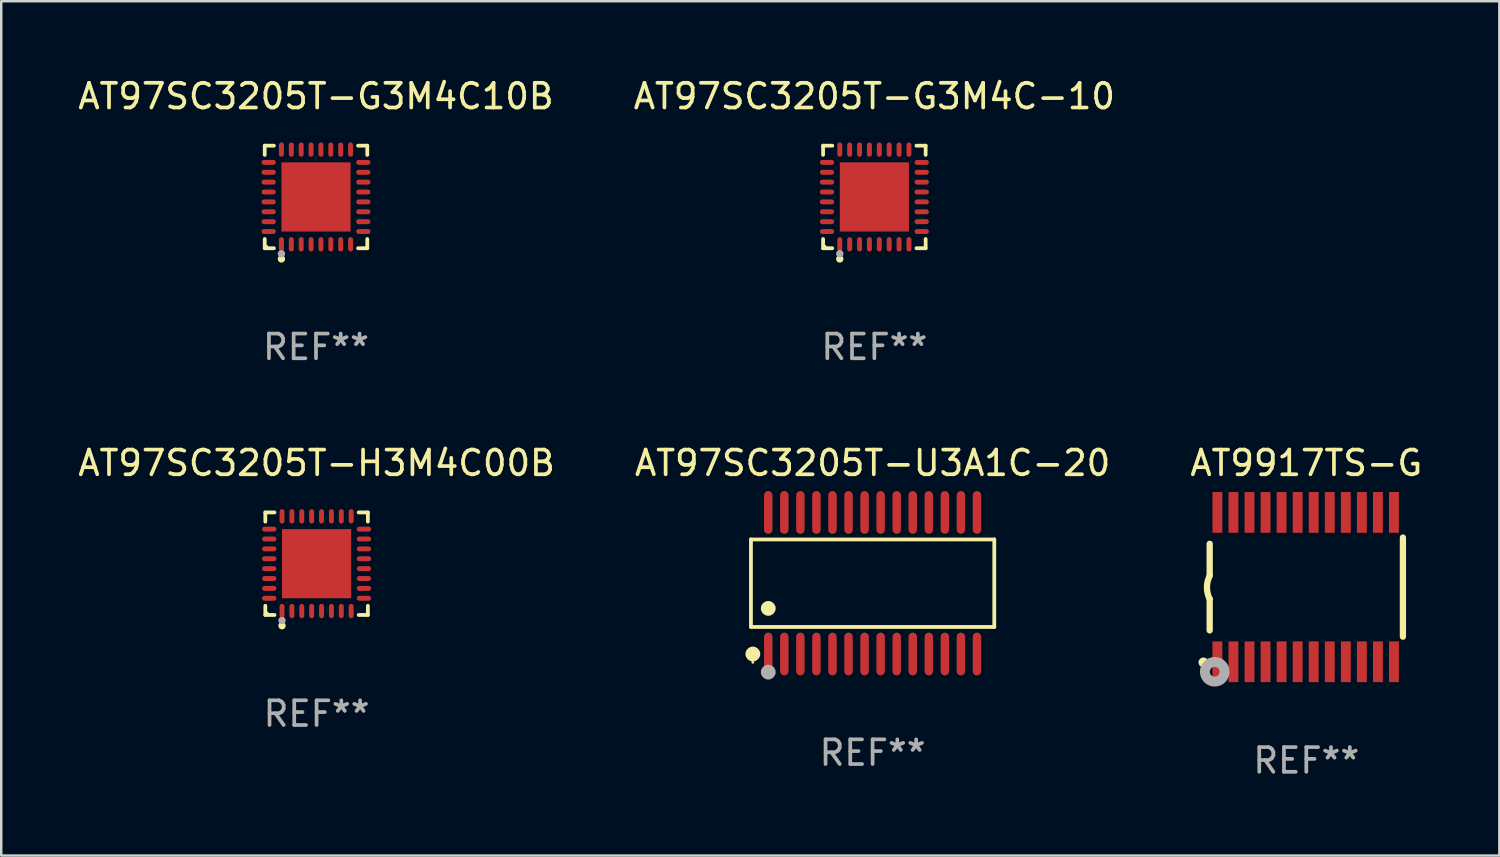
<source format=kicad_pcb>
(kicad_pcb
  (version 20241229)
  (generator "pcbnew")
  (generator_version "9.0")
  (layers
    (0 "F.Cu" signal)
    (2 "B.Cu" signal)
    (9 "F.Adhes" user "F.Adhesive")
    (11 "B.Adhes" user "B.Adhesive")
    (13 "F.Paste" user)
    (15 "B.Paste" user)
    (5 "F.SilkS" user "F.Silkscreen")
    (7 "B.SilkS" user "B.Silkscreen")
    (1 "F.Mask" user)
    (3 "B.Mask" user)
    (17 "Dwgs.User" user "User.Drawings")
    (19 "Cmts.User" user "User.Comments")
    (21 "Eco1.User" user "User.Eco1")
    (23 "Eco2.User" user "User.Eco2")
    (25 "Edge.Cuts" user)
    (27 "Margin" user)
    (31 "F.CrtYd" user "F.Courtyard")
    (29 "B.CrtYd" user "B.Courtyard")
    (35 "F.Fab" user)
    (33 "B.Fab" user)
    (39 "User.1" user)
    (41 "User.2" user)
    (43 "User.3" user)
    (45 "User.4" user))
  (footprint "AT97SC3205T-U3A1C-20"
    (layer "F.Cu")
    (at 32.28 20.563)
    (property "Reference" "AT97SC3205T-U3A1C-20" (at 0 -4.866 0) (layer "F.SilkS") (effects (font (size 1 1) (thickness 0.15))))
    (attr through_hole)
    (fp_line (start -4.926 -1.772) (end 4.926 -1.772) (stroke (width 0.152) (type solid)) (layer "F.SilkS"))
    (fp_line (start -4.926 1.771) (end -4.926 -1.772) (stroke (width 0.152) (type solid)) (layer "F.SilkS"))
    (fp_line (start 4.926 -1.772) (end 4.926 1.771) (stroke (width 0.152) (type solid)) (layer "F.SilkS"))
    (fp_line (start 4.926 1.771) (end -4.926 1.771) (stroke (width 0.152) (type solid)) (layer "F.SilkS"))
    (fp_circle (center -4.85 3.2) (end -4.82 3.2) (stroke (width 0.06) (type solid)) (fill no) (layer "F.SilkS"))
    (fp_circle (center -4.849 2.866) (end -4.699 2.866) (stroke (width 0.3) (type solid)) (fill no) (layer "F.SilkS"))
    (fp_circle (center -4.225 1.019) (end -4.075 1.019) (stroke (width 0.3) (type solid)) (fill no) (layer "F.SilkS"))
    (fp_circle (center -4.225 3.6) (end -4.075 3.6) (stroke (width 0.3) (type solid)) (fill no) (layer "F.Fab"))
    (fp_text user "REF**" (at 0 6.866 0) (layer "F.Fab") (effects (font (size 1 1) (thickness 0.15))))
    (pad "1" smd oval (at -4.225 2.866) (size 0.343 1.731) (layers "F.Cu" "F.Mask" "F.Paste"))
    (pad "2" smd oval (at -3.575 2.866) (size 0.343 1.731) (layers "F.Cu" "F.Mask" "F.Paste"))
    (pad "3" smd oval (at -2.925 2.866) (size 0.343 1.731) (layers "F.Cu" "F.Mask" "F.Paste"))
    (pad "4" smd oval (at -2.275 2.866) (size 0.343 1.731) (layers "F.Cu" "F.Mask" "F.Paste"))
    (pad "5" smd oval (at -1.625 2.866) (size 0.343 1.731) (layers "F.Cu" "F.Mask" "F.Paste"))
    (pad "6" smd oval (at -0.975 2.866) (size 0.343 1.731) (layers "F.Cu" "F.Mask" "F.Paste"))
    (pad "7" smd oval (at -0.325 2.866) (size 0.343 1.731) (layers "F.Cu" "F.Mask" "F.Paste"))
    (pad "8" smd oval (at 0.325 2.866) (size 0.343 1.731) (layers "F.Cu" "F.Mask" "F.Paste"))
    (pad "9" smd oval (at 0.975 2.866) (size 0.343 1.731) (layers "F.Cu" "F.Mask" "F.Paste"))
    (pad "10" smd oval (at 1.625 2.866) (size 0.343 1.731) (layers "F.Cu" "F.Mask" "F.Paste"))
    (pad "11" smd oval (at 2.275 2.866) (size 0.343 1.731) (layers "F.Cu" "F.Mask" "F.Paste"))
    (pad "12" smd oval (at 2.925 2.866) (size 0.343 1.731) (layers "F.Cu" "F.Mask" "F.Paste"))
    (pad "13" smd oval (at 3.575 2.866) (size 0.343 1.731) (layers "F.Cu" "F.Mask" "F.Paste"))
    (pad "14" smd oval (at 4.225 2.866) (size 0.343 1.731) (layers "F.Cu" "F.Mask" "F.Paste"))
    (pad "15" smd oval (at 4.225 -2.866) (size 0.343 1.731) (layers "F.Cu" "F.Mask" "F.Paste"))
    (pad "16" smd oval (at 3.575 -2.866) (size 0.343 1.731) (layers "F.Cu" "F.Mask" "F.Paste"))
    (pad "17" smd oval (at 2.925 -2.866) (size 0.343 1.731) (layers "F.Cu" "F.Mask" "F.Paste"))
    (pad "18" smd oval (at 2.275 -2.866) (size 0.343 1.731) (layers "F.Cu" "F.Mask" "F.Paste"))
    (pad "19" smd oval (at 1.625 -2.866) (size 0.343 1.731) (layers "F.Cu" "F.Mask" "F.Paste"))
    (pad "20" smd oval (at 0.975 -2.866) (size 0.343 1.731) (layers "F.Cu" "F.Mask" "F.Paste"))
    (pad "21" smd oval (at 0.325 -2.866) (size 0.343 1.731) (layers "F.Cu" "F.Mask" "F.Paste"))
    (pad "22" smd oval (at -0.325 -2.866) (size 0.343 1.731) (layers "F.Cu" "F.Mask" "F.Paste"))
    (pad "23" smd oval (at -0.975 -2.866) (size 0.343 1.731) (layers "F.Cu" "F.Mask" "F.Paste"))
    (pad "24" smd oval (at -1.625 -2.866) (size 0.343 1.731) (layers "F.Cu" "F.Mask" "F.Paste"))
    (pad "25" smd oval (at -2.275 -2.866) (size 0.343 1.731) (layers "F.Cu" "F.Mask" "F.Paste"))
    (pad "26" smd oval (at -2.925 -2.866) (size 0.343 1.731) (layers "F.Cu" "F.Mask" "F.Paste"))
    (pad "27" smd oval (at -3.575 -2.866) (size 0.343 1.731) (layers "F.Cu" "F.Mask" "F.Paste"))
    (pad "28" smd oval (at -4.225 -2.866) (size 0.343 1.731) (layers "F.Cu" "F.Mask" "F.Paste")))
  (footprint "AT97SC3205T-H3M4C00B"
    (layer "F.Cu")
    (at 9.768 19.773)
    (property "Reference" "AT97SC3205T-H3M4C00B" (at 0 -4.076 0) (layer "F.SilkS") (effects (font (size 1 1) (thickness 0.15))))
    (attr through_hole)
    (fp_line (start -2.076 -2.076) (end -1.703 -2.076) (stroke (width 0.152) (type solid)) (layer "F.SilkS"))
    (fp_line (start -2.076 -1.703) (end -2.076 -2.076) (stroke (width 0.152) (type solid)) (layer "F.SilkS"))
    (fp_line (start -2.076 1.703) (end -2.076 2.076) (stroke (width 0.152) (type solid)) (layer "F.SilkS"))
    (fp_line (start -2.076 2.076) (end -1.703 2.076) (stroke (width 0.152) (type solid)) (layer "F.SilkS"))
    (fp_line (start 2.076 -2.076) (end 1.703 -2.076) (stroke (width 0.152) (type solid)) (layer "F.SilkS"))
    (fp_line (start 2.076 -1.703) (end 2.076 -2.076) (stroke (width 0.152) (type solid)) (layer "F.SilkS"))
    (fp_line (start 2.076 1.703) (end 2.076 2.076) (stroke (width 0.152) (type solid)) (layer "F.SilkS"))
    (fp_line (start 2.076 2.076) (end 1.703 2.076) (stroke (width 0.152) (type solid)) (layer "F.SilkS"))
    (fp_circle (center -2 2) (end -1.97 2) (stroke (width 0.06) (type solid)) (fill no) (layer "F.SilkS"))
    (fp_circle (center -1.4 2.51) (end -1.325 2.51) (stroke (width 0.15) (type solid)) (fill no) (layer "F.SilkS"))
    (fp_circle (center -1.4 2.3) (end -1.325 2.3) (stroke (width 0.15) (type solid)) (fill no) (layer "F.Fab"))
    (fp_text user "REF**" (at 0 6.076 0) (layer "F.Fab") (effects (font (size 1 1) (thickness 0.15))))
    (pad "1" smd oval (at -1.4 1.917) (size 0.2 0.58) (layers "F.Cu" "F.Mask" "F.Paste"))
    (pad "2" smd oval (at -1 1.917) (size 0.2 0.58) (layers "F.Cu" "F.Mask" "F.Paste"))
    (pad "3" smd oval (at -0.6 1.917) (size 0.2 0.58) (layers "F.Cu" "F.Mask" "F.Paste"))
    (pad "4" smd oval (at -0.2 1.917) (size 0.2 0.58) (layers "F.Cu" "F.Mask" "F.Paste"))
    (pad "5" smd oval (at 0.2 1.917) (size 0.2 0.58) (layers "F.Cu" "F.Mask" "F.Paste"))
    (pad "6" smd oval (at 0.6 1.917) (size 0.2 0.58) (layers "F.Cu" "F.Mask" "F.Paste"))
    (pad "7" smd oval (at 1 1.917) (size 0.2 0.58) (layers "F.Cu" "F.Mask" "F.Paste"))
    (pad "8" smd oval (at 1.4 1.917) (size 0.2 0.58) (layers "F.Cu" "F.Mask" "F.Paste"))
    (pad "9" smd oval (at 1.917 1.4) (size 0.58 0.2) (layers "F.Cu" "F.Mask" "F.Paste"))
    (pad "10" smd oval (at 1.917 1) (size 0.58 0.2) (layers "F.Cu" "F.Mask" "F.Paste"))
    (pad "11" smd oval (at 1.917 0.6) (size 0.58 0.2) (layers "F.Cu" "F.Mask" "F.Paste"))
    (pad "12" smd oval (at 1.917 0.2) (size 0.58 0.2) (layers "F.Cu" "F.Mask" "F.Paste"))
    (pad "13" smd oval (at 1.917 -0.2) (size 0.58 0.2) (layers "F.Cu" "F.Mask" "F.Paste"))
    (pad "14" smd oval (at 1.917 -0.6) (size 0.58 0.2) (layers "F.Cu" "F.Mask" "F.Paste"))
    (pad "15" smd oval (at 1.917 -1) (size 0.58 0.2) (layers "F.Cu" "F.Mask" "F.Paste"))
    (pad "16" smd oval (at 1.917 -1.4) (size 0.58 0.2) (layers "F.Cu" "F.Mask" "F.Paste"))
    (pad "17" smd oval (at 1.4 -1.917) (size 0.2 0.58) (layers "F.Cu" "F.Mask" "F.Paste"))
    (pad "18" smd oval (at 1 -1.917) (size 0.2 0.58) (layers "F.Cu" "F.Mask" "F.Paste"))
    (pad "19" smd oval (at 0.6 -1.917) (size 0.2 0.58) (layers "F.Cu" "F.Mask" "F.Paste"))
    (pad "20" smd oval (at 0.2 -1.917) (size 0.2 0.58) (layers "F.Cu" "F.Mask" "F.Paste"))
    (pad "21" smd oval (at -0.2 -1.917) (size 0.2 0.58) (layers "F.Cu" "F.Mask" "F.Paste"))
    (pad "22" smd oval (at -0.6 -1.917) (size 0.2 0.58) (layers "F.Cu" "F.Mask" "F.Paste"))
    (pad "23" smd oval (at -1 -1.917) (size 0.2 0.58) (layers "F.Cu" "F.Mask" "F.Paste"))
    (pad "24" smd oval (at -1.4 -1.917) (size 0.2 0.58) (layers "F.Cu" "F.Mask" "F.Paste"))
    (pad "25" smd oval (at -1.917 -1.4) (size 0.58 0.2) (layers "F.Cu" "F.Mask" "F.Paste"))
    (pad "26" smd oval (at -1.917 -1) (size 0.58 0.2) (layers "F.Cu" "F.Mask" "F.Paste"))
    (pad "27" smd oval (at -1.917 -0.6) (size 0.58 0.2) (layers "F.Cu" "F.Mask" "F.Paste"))
    (pad "28" smd oval (at -1.917 -0.2) (size 0.58 0.2) (layers "F.Cu" "F.Mask" "F.Paste"))
    (pad "29" smd oval (at -1.917 0.2) (size 0.58 0.2) (layers "F.Cu" "F.Mask" "F.Paste"))
    (pad "30" smd oval (at -1.917 0.6) (size 0.58 0.2) (layers "F.Cu" "F.Mask" "F.Paste"))
    (pad "31" smd oval (at -1.917 1) (size 0.58 0.2) (layers "F.Cu" "F.Mask" "F.Paste"))
    (pad "32" smd oval (at -1.917 1.4) (size 0.58 0.2) (layers "F.Cu" "F.Mask" "F.Paste"))
    (pad "33" smd rect (at 0 0) (size 2.8 2.8) (layers "F.Cu" "F.Mask" "F.Paste")))
  (footprint "AT97SC3205T-G3M4C-10"
    (layer "F.Cu")
    (at 32.351 4.924)
    (property "Reference" "AT97SC3205T-G3M4C-10" (at 0 -4.076 0) (layer "F.SilkS") (effects (font (size 1 1) (thickness 0.15))))
    (attr through_hole)
    (fp_line (start -2.076 -2.076) (end -1.703 -2.076) (stroke (width 0.152) (type solid)) (layer "F.SilkS"))
    (fp_line (start -2.076 -1.703) (end -2.076 -2.076) (stroke (width 0.152) (type solid)) (layer "F.SilkS"))
    (fp_line (start -2.076 1.703) (end -2.076 2.076) (stroke (width 0.152) (type solid)) (layer "F.SilkS"))
    (fp_line (start -2.076 2.076) (end -1.703 2.076) (stroke (width 0.152) (type solid)) (layer "F.SilkS"))
    (fp_line (start 2.076 -2.076) (end 1.703 -2.076) (stroke (width 0.152) (type solid)) (layer "F.SilkS"))
    (fp_line (start 2.076 -1.703) (end 2.076 -2.076) (stroke (width 0.152) (type solid)) (layer "F.SilkS"))
    (fp_line (start 2.076 1.703) (end 2.076 2.076) (stroke (width 0.152) (type solid)) (layer "F.SilkS"))
    (fp_line (start 2.076 2.076) (end 1.703 2.076) (stroke (width 0.152) (type solid)) (layer "F.SilkS"))
    (fp_circle (center -2 2) (end -1.97 2) (stroke (width 0.06) (type solid)) (fill no) (layer "F.SilkS"))
    (fp_circle (center -1.4 2.51) (end -1.325 2.51) (stroke (width 0.15) (type solid)) (fill no) (layer "F.SilkS"))
    (fp_circle (center -1.4 2.3) (end -1.325 2.3) (stroke (width 0.15) (type solid)) (fill no) (layer "F.Fab"))
    (fp_text user "REF**" (at 0 6.076 0) (layer "F.Fab") (effects (font (size 1 1) (thickness 0.15))))
    (pad "1" smd oval (at -1.4 1.917) (size 0.2 0.58) (layers "F.Cu" "F.Mask" "F.Paste"))
    (pad "2" smd oval (at -1 1.917) (size 0.2 0.58) (layers "F.Cu" "F.Mask" "F.Paste"))
    (pad "3" smd oval (at -0.6 1.917) (size 0.2 0.58) (layers "F.Cu" "F.Mask" "F.Paste"))
    (pad "4" smd oval (at -0.2 1.917) (size 0.2 0.58) (layers "F.Cu" "F.Mask" "F.Paste"))
    (pad "5" smd oval (at 0.2 1.917) (size 0.2 0.58) (layers "F.Cu" "F.Mask" "F.Paste"))
    (pad "6" smd oval (at 0.6 1.917) (size 0.2 0.58) (layers "F.Cu" "F.Mask" "F.Paste"))
    (pad "7" smd oval (at 1 1.917) (size 0.2 0.58) (layers "F.Cu" "F.Mask" "F.Paste"))
    (pad "8" smd oval (at 1.4 1.917) (size 0.2 0.58) (layers "F.Cu" "F.Mask" "F.Paste"))
    (pad "9" smd oval (at 1.917 1.4) (size 0.58 0.2) (layers "F.Cu" "F.Mask" "F.Paste"))
    (pad "10" smd oval (at 1.917 1) (size 0.58 0.2) (layers "F.Cu" "F.Mask" "F.Paste"))
    (pad "11" smd oval (at 1.917 0.6) (size 0.58 0.2) (layers "F.Cu" "F.Mask" "F.Paste"))
    (pad "12" smd oval (at 1.917 0.2) (size 0.58 0.2) (layers "F.Cu" "F.Mask" "F.Paste"))
    (pad "13" smd oval (at 1.917 -0.2) (size 0.58 0.2) (layers "F.Cu" "F.Mask" "F.Paste"))
    (pad "14" smd oval (at 1.917 -0.6) (size 0.58 0.2) (layers "F.Cu" "F.Mask" "F.Paste"))
    (pad "15" smd oval (at 1.917 -1) (size 0.58 0.2) (layers "F.Cu" "F.Mask" "F.Paste"))
    (pad "16" smd oval (at 1.917 -1.4) (size 0.58 0.2) (layers "F.Cu" "F.Mask" "F.Paste"))
    (pad "17" smd oval (at 1.4 -1.917) (size 0.2 0.58) (layers "F.Cu" "F.Mask" "F.Paste"))
    (pad "18" smd oval (at 1 -1.917) (size 0.2 0.58) (layers "F.Cu" "F.Mask" "F.Paste"))
    (pad "19" smd oval (at 0.6 -1.917) (size 0.2 0.58) (layers "F.Cu" "F.Mask" "F.Paste"))
    (pad "20" smd oval (at 0.2 -1.917) (size 0.2 0.58) (layers "F.Cu" "F.Mask" "F.Paste"))
    (pad "21" smd oval (at -0.2 -1.917) (size 0.2 0.58) (layers "F.Cu" "F.Mask" "F.Paste"))
    (pad "22" smd oval (at -0.6 -1.917) (size 0.2 0.58) (layers "F.Cu" "F.Mask" "F.Paste"))
    (pad "23" smd oval (at -1 -1.917) (size 0.2 0.58) (layers "F.Cu" "F.Mask" "F.Paste"))
    (pad "24" smd oval (at -1.4 -1.917) (size 0.2 0.58) (layers "F.Cu" "F.Mask" "F.Paste"))
    (pad "25" smd oval (at -1.917 -1.4) (size 0.58 0.2) (layers "F.Cu" "F.Mask" "F.Paste"))
    (pad "26" smd oval (at -1.917 -1) (size 0.58 0.2) (layers "F.Cu" "F.Mask" "F.Paste"))
    (pad "27" smd oval (at -1.917 -0.6) (size 0.58 0.2) (layers "F.Cu" "F.Mask" "F.Paste"))
    (pad "28" smd oval (at -1.917 -0.2) (size 0.58 0.2) (layers "F.Cu" "F.Mask" "F.Paste"))
    (pad "29" smd oval (at -1.917 0.2) (size 0.58 0.2) (layers "F.Cu" "F.Mask" "F.Paste"))
    (pad "30" smd oval (at -1.917 0.6) (size 0.58 0.2) (layers "F.Cu" "F.Mask" "F.Paste"))
    (pad "31" smd oval (at -1.917 1) (size 0.58 0.2) (layers "F.Cu" "F.Mask" "F.Paste"))
    (pad "32" smd oval (at -1.917 1.4) (size 0.58 0.2) (layers "F.Cu" "F.Mask" "F.Paste"))
    (pad "33" smd rect (at 0 0) (size 2.8 2.8) (layers "F.Cu" "F.Mask" "F.Paste")))
  (footprint "AT97SC3205T-G3M4C10B"
    (layer "F.Cu")
    (at 9.744 4.924)
    (property "Reference" "AT97SC3205T-G3M4C10B" (at 0 -4.076 0) (layer "F.SilkS") (effects (font (size 1 1) (thickness 0.15))))
    (attr through_hole)
    (fp_line (start -2.076 -2.076) (end -1.703 -2.076) (stroke (width 0.152) (type solid)) (layer "F.SilkS"))
    (fp_line (start -2.076 -1.703) (end -2.076 -2.076) (stroke (width 0.152) (type solid)) (layer "F.SilkS"))
    (fp_line (start -2.076 1.703) (end -2.076 2.076) (stroke (width 0.152) (type solid)) (layer "F.SilkS"))
    (fp_line (start -2.076 2.076) (end -1.703 2.076) (stroke (width 0.152) (type solid)) (layer "F.SilkS"))
    (fp_line (start 2.076 -2.076) (end 1.703 -2.076) (stroke (width 0.152) (type solid)) (layer "F.SilkS"))
    (fp_line (start 2.076 -1.703) (end 2.076 -2.076) (stroke (width 0.152) (type solid)) (layer "F.SilkS"))
    (fp_line (start 2.076 1.703) (end 2.076 2.076) (stroke (width 0.152) (type solid)) (layer "F.SilkS"))
    (fp_line (start 2.076 2.076) (end 1.703 2.076) (stroke (width 0.152) (type solid)) (layer "F.SilkS"))
    (fp_circle (center -2 2) (end -1.97 2) (stroke (width 0.06) (type solid)) (fill no) (layer "F.SilkS"))
    (fp_circle (center -1.4 2.51) (end -1.325 2.51) (stroke (width 0.15) (type solid)) (fill no) (layer "F.SilkS"))
    (fp_circle (center -1.4 2.3) (end -1.325 2.3) (stroke (width 0.15) (type solid)) (fill no) (layer "F.Fab"))
    (fp_text user "REF**" (at 0 6.076 0) (layer "F.Fab") (effects (font (size 1 1) (thickness 0.15))))
    (pad "1" smd oval (at -1.4 1.917) (size 0.2 0.58) (layers "F.Cu" "F.Mask" "F.Paste"))
    (pad "2" smd oval (at -1 1.917) (size 0.2 0.58) (layers "F.Cu" "F.Mask" "F.Paste"))
    (pad "3" smd oval (at -0.6 1.917) (size 0.2 0.58) (layers "F.Cu" "F.Mask" "F.Paste"))
    (pad "4" smd oval (at -0.2 1.917) (size 0.2 0.58) (layers "F.Cu" "F.Mask" "F.Paste"))
    (pad "5" smd oval (at 0.2 1.917) (size 0.2 0.58) (layers "F.Cu" "F.Mask" "F.Paste"))
    (pad "6" smd oval (at 0.6 1.917) (size 0.2 0.58) (layers "F.Cu" "F.Mask" "F.Paste"))
    (pad "7" smd oval (at 1 1.917) (size 0.2 0.58) (layers "F.Cu" "F.Mask" "F.Paste"))
    (pad "8" smd oval (at 1.4 1.917) (size 0.2 0.58) (layers "F.Cu" "F.Mask" "F.Paste"))
    (pad "9" smd oval (at 1.917 1.4) (size 0.58 0.2) (layers "F.Cu" "F.Mask" "F.Paste"))
    (pad "10" smd oval (at 1.917 1) (size 0.58 0.2) (layers "F.Cu" "F.Mask" "F.Paste"))
    (pad "11" smd oval (at 1.917 0.6) (size 0.58 0.2) (layers "F.Cu" "F.Mask" "F.Paste"))
    (pad "12" smd oval (at 1.917 0.2) (size 0.58 0.2) (layers "F.Cu" "F.Mask" "F.Paste"))
    (pad "13" smd oval (at 1.917 -0.2) (size 0.58 0.2) (layers "F.Cu" "F.Mask" "F.Paste"))
    (pad "14" smd oval (at 1.917 -0.6) (size 0.58 0.2) (layers "F.Cu" "F.Mask" "F.Paste"))
    (pad "15" smd oval (at 1.917 -1) (size 0.58 0.2) (layers "F.Cu" "F.Mask" "F.Paste"))
    (pad "16" smd oval (at 1.917 -1.4) (size 0.58 0.2) (layers "F.Cu" "F.Mask" "F.Paste"))
    (pad "17" smd oval (at 1.4 -1.917) (size 0.2 0.58) (layers "F.Cu" "F.Mask" "F.Paste"))
    (pad "18" smd oval (at 1 -1.917) (size 0.2 0.58) (layers "F.Cu" "F.Mask" "F.Paste"))
    (pad "19" smd oval (at 0.6 -1.917) (size 0.2 0.58) (layers "F.Cu" "F.Mask" "F.Paste"))
    (pad "20" smd oval (at 0.2 -1.917) (size 0.2 0.58) (layers "F.Cu" "F.Mask" "F.Paste"))
    (pad "21" smd oval (at -0.2 -1.917) (size 0.2 0.58) (layers "F.Cu" "F.Mask" "F.Paste"))
    (pad "22" smd oval (at -0.6 -1.917) (size 0.2 0.58) (layers "F.Cu" "F.Mask" "F.Paste"))
    (pad "23" smd oval (at -1 -1.917) (size 0.2 0.58) (layers "F.Cu" "F.Mask" "F.Paste"))
    (pad "24" smd oval (at -1.4 -1.917) (size 0.2 0.58) (layers "F.Cu" "F.Mask" "F.Paste"))
    (pad "25" smd oval (at -1.917 -1.4) (size 0.58 0.2) (layers "F.Cu" "F.Mask" "F.Paste"))
    (pad "26" smd oval (at -1.917 -1) (size 0.58 0.2) (layers "F.Cu" "F.Mask" "F.Paste"))
    (pad "27" smd oval (at -1.917 -0.6) (size 0.58 0.2) (layers "F.Cu" "F.Mask" "F.Paste"))
    (pad "28" smd oval (at -1.917 -0.2) (size 0.58 0.2) (layers "F.Cu" "F.Mask" "F.Paste"))
    (pad "29" smd oval (at -1.917 0.2) (size 0.58 0.2) (layers "F.Cu" "F.Mask" "F.Paste"))
    (pad "30" smd oval (at -1.917 0.6) (size 0.58 0.2) (layers "F.Cu" "F.Mask" "F.Paste"))
    (pad "31" smd oval (at -1.917 1) (size 0.58 0.2) (layers "F.Cu" "F.Mask" "F.Paste"))
    (pad "32" smd oval (at -1.917 1.4) (size 0.58 0.2) (layers "F.Cu" "F.Mask" "F.Paste"))
    (pad "33" smd rect (at 0 0) (size 2.8 2.8) (layers "F.Cu" "F.Mask" "F.Paste")))
  (footprint "AT9917TS-G"
    (layer "F.Cu")
    (at 49.839 20.72)
    (property "Reference" "AT9917TS-G" (at 0 -5.023 0) (layer "F.SilkS") (effects (font (size 1 1) (thickness 0.15))))
    (attr through_hole)
    (fp_line (start -3.912 -0.483) (end -3.912 -1.753) (stroke (width 0.254) (type solid)) (layer "F.SilkS"))
    (fp_line (start -3.912 1.753) (end -3.912 0.483) (stroke (width 0.254) (type solid)) (layer "F.SilkS"))
    (fp_line (start 3.912 -2.007) (end 3.912 2.007) (stroke (width 0.254) (type solid)) (layer "F.SilkS"))
    (fp_arc (start -3.911608 0.482601) (mid -4.022537 0.0127) (end -3.911608 -0.457201) (stroke (width 0.254001) (type solid)) (layer "F.SilkS"))
    (fp_circle (center -4.166 3.048) (end -4.066 3.048) (stroke (width 0.2) (type solid)) (fill no) (layer "F.SilkS"))
    (fp_circle (center -3.925 3.186) (end -3.895 3.186) (stroke (width 0.06) (type solid)) (fill no) (layer "F.SilkS"))
    (fp_circle (center -3.708 3.429) (end -3.509 3.429) (stroke (width 0.4) (type solid)) (fill no) (layer "F.Fab"))
    (fp_text user "REF**" (at 0 7.023 0) (layer "F.Fab") (effects (font (size 1 1) (thickness 0.15))))
    (pad "1" smd rect (at -3.6 3.023) (size 0.4 1.65) (layers "F.Cu" "F.Mask" "F.Paste"))
    (pad "2" smd rect (at -2.95 3.023) (size 0.4 1.65) (layers "F.Cu" "F.Mask" "F.Paste"))
    (pad "3" smd rect (at -2.3 3.023) (size 0.4 1.65) (layers "F.Cu" "F.Mask" "F.Paste"))
    (pad "4" smd rect (at -1.65 3.023) (size 0.4 1.65) (layers "F.Cu" "F.Mask" "F.Paste"))
    (pad "5" smd rect (at -1 3.023) (size 0.4 1.65) (layers "F.Cu" "F.Mask" "F.Paste"))
    (pad "6" smd rect (at -0.35 3.023) (size 0.4 1.65) (layers "F.Cu" "F.Mask" "F.Paste"))
    (pad "7" smd rect (at 0.299 3.023) (size 0.4 1.65) (layers "F.Cu" "F.Mask" "F.Paste"))
    (pad "8" smd rect (at 0.95 3.023) (size 0.4 1.65) (layers "F.Cu" "F.Mask" "F.Paste"))
    (pad "9" smd rect (at 1.6 3.023) (size 0.4 1.65) (layers "F.Cu" "F.Mask" "F.Paste"))
    (pad "10" smd rect (at 2.25 3.023) (size 0.4 1.65) (layers "F.Cu" "F.Mask" "F.Paste"))
    (pad "11" smd rect (at 2.9 3.023) (size 0.4 1.65) (layers "F.Cu" "F.Mask" "F.Paste"))
    (pad "12" smd rect (at 3.549 3.023) (size 0.4 1.65) (layers "F.Cu" "F.Mask" "F.Paste"))
    (pad "13" smd rect (at 3.549 -3.023) (size 0.4 1.65) (layers "F.Cu" "F.Mask" "F.Paste"))
    (pad "14" smd rect (at 2.9 -3.023) (size 0.4 1.65) (layers "F.Cu" "F.Mask" "F.Paste"))
    (pad "15" smd rect (at 2.25 -3.023) (size 0.4 1.65) (layers "F.Cu" "F.Mask" "F.Paste"))
    (pad "16" smd rect (at 1.6 -3.023) (size 0.4 1.65) (layers "F.Cu" "F.Mask" "F.Paste"))
    (pad "17" smd rect (at 0.95 -3.023) (size 0.4 1.65) (layers "F.Cu" "F.Mask" "F.Paste"))
    (pad "18" smd rect (at 0.299 -3.023) (size 0.4 1.65) (layers "F.Cu" "F.Mask" "F.Paste"))
    (pad "19" smd rect (at -0.35 -3.023) (size 0.4 1.65) (layers "F.Cu" "F.Mask" "F.Paste"))
    (pad "20" smd rect (at -1 -3.023) (size 0.4 1.65) (layers "F.Cu" "F.Mask" "F.Paste"))
    (pad "21" smd rect (at -1.65 -3.023) (size 0.4 1.65) (layers "F.Cu" "F.Mask" "F.Paste"))
    (pad "22" smd rect (at -2.3 -3.023) (size 0.4 1.65) (layers "F.Cu" "F.Mask" "F.Paste"))
    (pad "23" smd rect (at -2.95 -3.023) (size 0.4 1.65) (layers "F.Cu" "F.Mask" "F.Paste"))
    (pad "24" smd rect (at -3.6 -3.023) (size 0.4 1.65) (layers "F.Cu" "F.Mask" "F.Paste")))
  (gr_rect
    (start -3 -3)
    (end 57.655 31.591)
    (stroke (width 0.1) (type default))
    (fill no)
    (layer "Edge.Cuts")))
</source>
